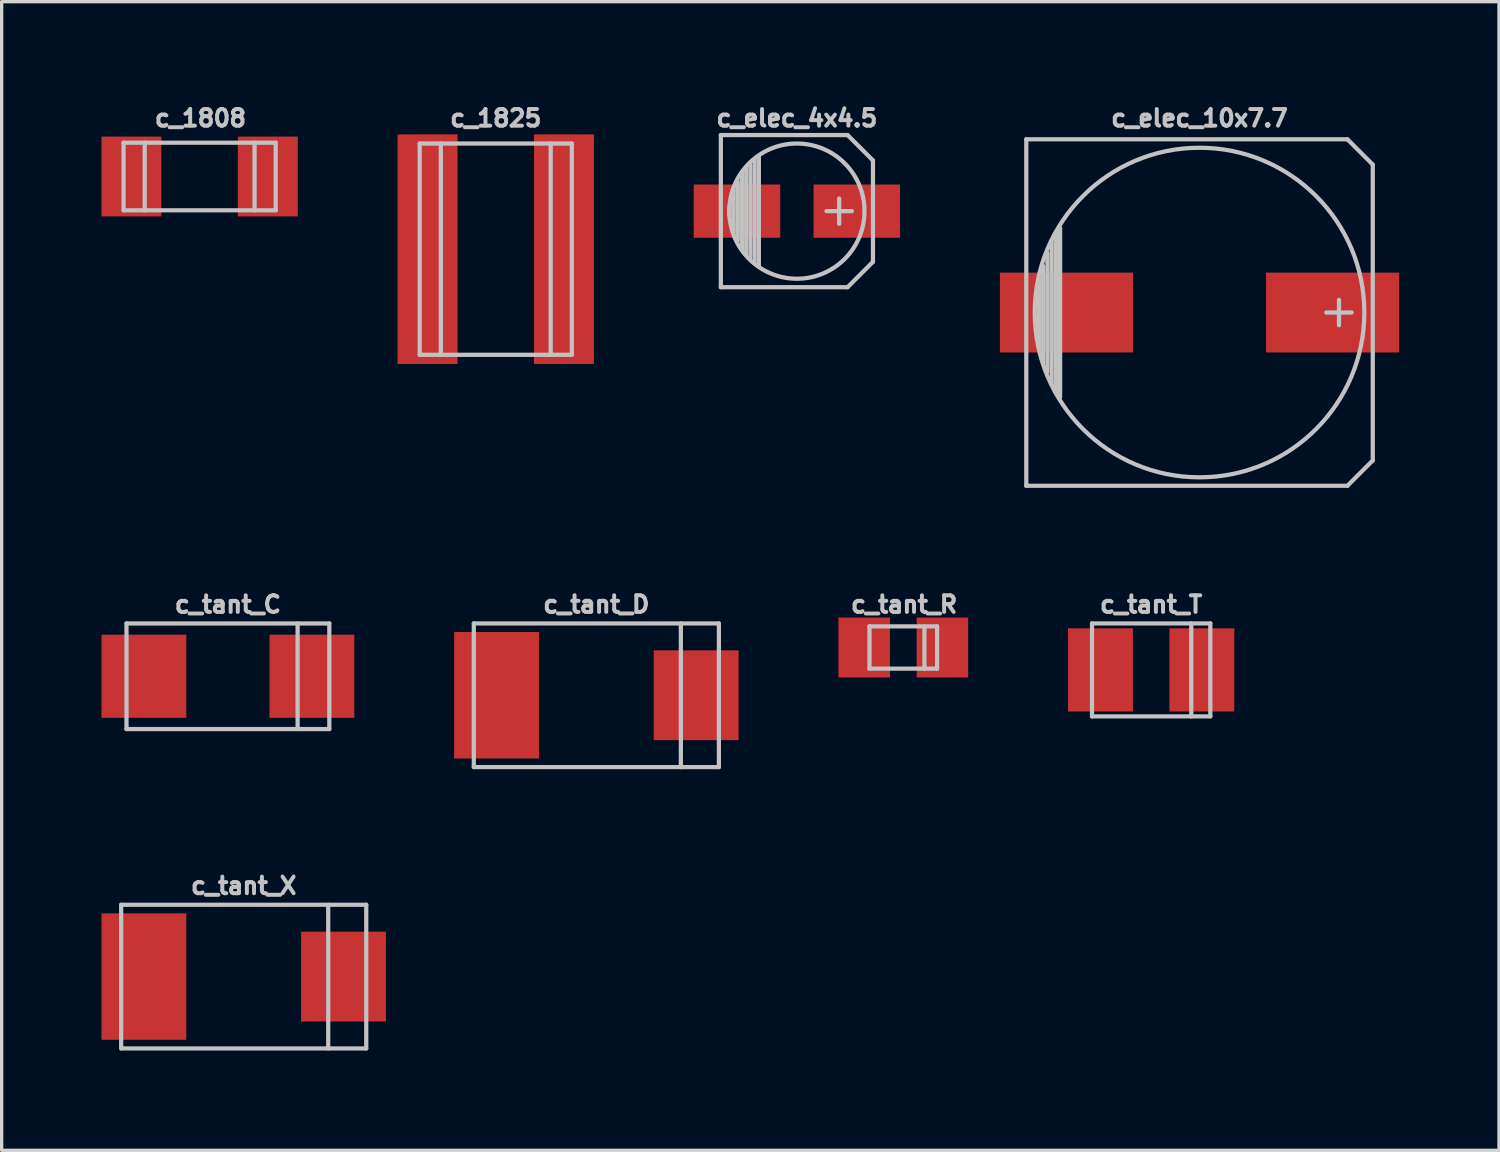
<source format=kicad_pcb>
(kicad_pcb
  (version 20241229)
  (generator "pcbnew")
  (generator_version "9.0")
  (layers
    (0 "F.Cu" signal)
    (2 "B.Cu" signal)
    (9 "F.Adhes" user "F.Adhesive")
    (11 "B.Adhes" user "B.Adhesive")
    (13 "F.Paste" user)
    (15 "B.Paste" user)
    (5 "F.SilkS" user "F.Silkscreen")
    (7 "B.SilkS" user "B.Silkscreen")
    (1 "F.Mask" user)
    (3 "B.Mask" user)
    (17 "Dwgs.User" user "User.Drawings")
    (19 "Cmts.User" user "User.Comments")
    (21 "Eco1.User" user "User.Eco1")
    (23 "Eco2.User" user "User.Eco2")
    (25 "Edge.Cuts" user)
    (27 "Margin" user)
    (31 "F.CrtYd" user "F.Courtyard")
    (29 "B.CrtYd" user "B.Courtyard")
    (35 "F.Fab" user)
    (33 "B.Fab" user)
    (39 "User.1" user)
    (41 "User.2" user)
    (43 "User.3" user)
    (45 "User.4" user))
  (footprint "c_1825"
    (layer "F.Cu")
    (at 11.851 4.439)
    (property "Reference" "c_1825" (at 0 -3.937 0) (layer "Dwgs.User") (effects (font (size 0.5 0.5) (thickness 0.119))))
    (attr through_hole)
    (fp_line (start -2.286 -3.175) (end -2.286 3.175) (stroke (width 0.127) (type solid)) (layer "Dwgs.User"))
    (fp_line (start -2.286 3.175) (end 2.286 3.175) (stroke (width 0.127) (type solid)) (layer "Dwgs.User"))
    (fp_line (start -1.651 -3.175) (end -1.651 3.175) (stroke (width 0.127) (type solid)) (layer "Dwgs.User"))
    (fp_line (start 1.651 -3.175) (end 1.651 3.175) (stroke (width 0.127) (type solid)) (layer "Dwgs.User"))
    (fp_line (start 2.286 -3.175) (end -2.286 -3.175) (stroke (width 0.127) (type solid)) (layer "Dwgs.User"))
    (fp_line (start 2.286 3.175) (end 2.286 -3.175) (stroke (width 0.127) (type solid)) (layer "Dwgs.User"))
    (pad "1" smd rect (at 2.05 0) (size 1.801 6.901) (layers "F.Cu" "F.Mask" "F.Paste"))
    (pad "2" smd rect (at -2.05 0) (size 1.801 6.901) (layers "F.Cu" "F.Mask" "F.Paste")))
  (footprint "c_tant_T"
    (layer "F.Cu")
    (at 31.55 17.085)
    (property "Reference" "c_tant_T" (at 0 -1.968 0) (layer "Dwgs.User") (effects (font (size 0.5 0.5) (thickness 0.119))))
    (attr through_hole)
    (fp_line (start -1.778 -1.397) (end -1.778 1.397) (stroke (width 0.127) (type solid)) (layer "Dwgs.User"))
    (fp_line (start -1.778 1.397) (end 1.778 1.397) (stroke (width 0.127) (type solid)) (layer "Dwgs.User"))
    (fp_line (start 1.206 -1.397) (end 1.206 1.397) (stroke (width 0.127) (type solid)) (layer "Dwgs.User"))
    (fp_line (start 1.778 -1.397) (end -1.778 -1.397) (stroke (width 0.127) (type solid)) (layer "Dwgs.User"))
    (fp_line (start 1.778 1.397) (end 1.778 -1.397) (stroke (width 0.127) (type solid)) (layer "Dwgs.User"))
    (pad "1" smd rect (at -1.524 0) (size 1.951 2.499) (layers "F.Cu" "F.Mask" "F.Paste"))
    (pad "2" smd rect (at 1.524 0) (size 1.951 2.499) (layers "F.Cu" "F.Mask" "F.Paste")))
  (footprint "c_tant_X"
    (layer "F.Cu")
    (at 4.275 26.303)
    (property "Reference" "c_tant_X" (at 0 -2.731 0) (layer "Dwgs.User") (effects (font (size 0.5 0.5) (thickness 0.119))))
    (attr through_hole)
    (fp_line (start -3.683 -2.159) (end -3.683 2.159) (stroke (width 0.127) (type solid)) (layer "Dwgs.User"))
    (fp_line (start -3.683 2.159) (end 3.683 2.159) (stroke (width 0.127) (type solid)) (layer "Dwgs.User"))
    (fp_line (start 2.54 -2.159) (end 2.54 2.159) (stroke (width 0.127) (type solid)) (layer "Dwgs.User"))
    (fp_line (start 3.683 -2.159) (end -3.683 -2.159) (stroke (width 0.127) (type solid)) (layer "Dwgs.User"))
    (fp_line (start 3.683 2.159) (end 3.683 -2.159) (stroke (width 0.127) (type solid)) (layer "Dwgs.User"))
    (pad "1" smd rect (at -3 0) (size 2.55 3.8) (layers "F.Cu" "F.Mask" "F.Paste"))
    (pad "2" smd rect (at 3 0) (size 2.55 2.7) (layers "F.Cu" "F.Mask" "F.Paste")))
  (footprint "c_tant_R"
    (layer "F.Cu")
    (at 24.1 16.412)
    (property "Reference" "c_tant_R" (at 0.025 -1.295 0) (layer "Dwgs.User") (effects (font (size 0.5 0.5) (thickness 0.119))))
    (attr through_hole)
    (fp_line (start -1.016 -0.635) (end -1.016 0.635) (stroke (width 0.127) (type solid)) (layer "Dwgs.User"))
    (fp_line (start -1.016 0.635) (end 1.016 0.635) (stroke (width 0.127) (type solid)) (layer "Dwgs.User"))
    (fp_line (start 0.635 -0.635) (end 0.635 0.635) (stroke (width 0.127) (type solid)) (layer "Dwgs.User"))
    (fp_line (start 1.016 -0.635) (end -1.016 -0.635) (stroke (width 0.127) (type solid)) (layer "Dwgs.User"))
    (fp_line (start 1.016 0.635) (end 1.016 -0.635) (stroke (width 0.127) (type solid)) (layer "Dwgs.User"))
    (pad "1" smd rect (at -1.176 0) (size 1.549 1.801) (layers "F.Cu" "F.Mask" "F.Paste"))
    (pad "2" smd rect (at 1.176 0) (size 1.549 1.801) (layers "F.Cu" "F.Mask" "F.Paste")))
  (footprint "c_1808"
    (layer "F.Cu")
    (at 2.95 2.255)
    (property "Reference" "c_1808" (at 0.025 -1.753 0) (layer "Dwgs.User") (effects (font (size 0.5 0.5) (thickness 0.119))))
    (attr through_hole)
    (fp_line (start -2.286 -1.016) (end -2.286 1.016) (stroke (width 0.127) (type solid)) (layer "Dwgs.User"))
    (fp_line (start -2.286 1.016) (end 2.286 1.016) (stroke (width 0.127) (type solid)) (layer "Dwgs.User"))
    (fp_line (start -1.651 -1.016) (end -1.651 1.016) (stroke (width 0.127) (type solid)) (layer "Dwgs.User"))
    (fp_line (start 1.651 -1.016) (end 1.651 1.016) (stroke (width 0.127) (type solid)) (layer "Dwgs.User"))
    (fp_line (start 2.286 -1.016) (end -2.286 -1.016) (stroke (width 0.127) (type solid)) (layer "Dwgs.User"))
    (fp_line (start 2.286 1.016) (end 2.286 -1.016) (stroke (width 0.127) (type solid)) (layer "Dwgs.User"))
    (pad "1" smd rect (at 2.05 0) (size 1.801 2.4) (layers "F.Cu" "F.Mask" "F.Paste"))
    (pad "2" smd rect (at -2.05 0) (size 1.801 2.4) (layers "F.Cu" "F.Mask" "F.Paste")))
  (footprint "c_elec_4x4.5"
    (layer "F.Cu")
    (at 20.902 3.296)
    (property "Reference" "c_elec_4x4.5" (at 0 -2.794 0) (layer "Dwgs.User") (effects (font (size 0.5 0.5) (thickness 0.119))))
    (attr through_hole)
    (fp_line (start -2.286 -2.286) (end -2.286 2.286) (stroke (width 0.127) (type solid)) (layer "Dwgs.User"))
    (fp_line (start -2.032 0.127) (end -2.032 -0.127) (stroke (width 0.127) (type solid)) (layer "Dwgs.User"))
    (fp_line (start -1.905 -0.635) (end -1.905 0.635) (stroke (width 0.127) (type solid)) (layer "Dwgs.User"))
    (fp_line (start -1.778 0.889) (end -1.778 -0.889) (stroke (width 0.127) (type solid)) (layer "Dwgs.User"))
    (fp_line (start -1.651 1.143) (end -1.651 -1.143) (stroke (width 0.127) (type solid)) (layer "Dwgs.User"))
    (fp_line (start -1.524 -1.27) (end -1.524 1.27) (stroke (width 0.127) (type solid)) (layer "Dwgs.User"))
    (fp_line (start -1.397 1.397) (end -1.397 -1.397) (stroke (width 0.127) (type solid)) (layer "Dwgs.User"))
    (fp_line (start -1.27 -1.524) (end -1.27 1.524) (stroke (width 0.127) (type solid)) (layer "Dwgs.User"))
    (fp_line (start -1.143 -1.651) (end -1.143 1.651) (stroke (width 0.127) (type solid)) (layer "Dwgs.User"))
    (fp_line (start 1.27 -0.381) (end 1.27 0.381) (stroke (width 0.127) (type solid)) (layer "Dwgs.User"))
    (fp_line (start 1.524 -2.286) (end -2.286 -2.286) (stroke (width 0.127) (type solid)) (layer "Dwgs.User"))
    (fp_line (start 1.524 -2.286) (end 2.286 -1.524) (stroke (width 0.127) (type solid)) (layer "Dwgs.User"))
    (fp_line (start 1.524 2.286) (end -2.286 2.286) (stroke (width 0.127) (type solid)) (layer "Dwgs.User"))
    (fp_line (start 1.524 2.286) (end 2.286 1.524) (stroke (width 0.127) (type solid)) (layer "Dwgs.User"))
    (fp_line (start 1.651 0) (end 0.889 0) (stroke (width 0.127) (type solid)) (layer "Dwgs.User"))
    (fp_line (start 2.286 -1.524) (end 2.286 1.524) (stroke (width 0.127) (type solid)) (layer "Dwgs.User"))
    (fp_circle (center 0 0) (end -2.032 0) (stroke (width 0.127) (type solid)) (fill no) (layer "Dwgs.User"))
    (pad "1" smd rect (at 1.801 0) (size 2.601 1.6) (layers "F.Cu" "F.Mask" "F.Paste"))
    (pad "2" smd rect (at -1.801 0) (size 2.601 1.6) (layers "F.Cu" "F.Mask" "F.Paste")))
  (footprint "c_tant_C"
    (layer "F.Cu")
    (at 3.8 17.276)
    (property "Reference" "c_tant_C" (at 0 -2.159 0) (layer "Dwgs.User") (effects (font (size 0.5 0.5) (thickness 0.119))))
    (attr through_hole)
    (fp_line (start -3.048 -1.587) (end -3.048 1.587) (stroke (width 0.127) (type solid)) (layer "Dwgs.User"))
    (fp_line (start -3.048 1.587) (end 3.048 1.587) (stroke (width 0.127) (type solid)) (layer "Dwgs.User"))
    (fp_line (start 2.095 -1.587) (end 2.095 1.587) (stroke (width 0.127) (type solid)) (layer "Dwgs.User"))
    (fp_line (start 3.048 -1.587) (end -3.048 -1.587) (stroke (width 0.127) (type solid)) (layer "Dwgs.User"))
    (fp_line (start 3.048 1.587) (end 3.048 -1.587) (stroke (width 0.127) (type solid)) (layer "Dwgs.User"))
    (pad "1" smd rect (at -2.525 0) (size 2.55 2.499) (layers "F.Cu" "F.Mask" "F.Paste"))
    (pad "2" smd rect (at 2.525 0) (size 2.55 2.499) (layers "F.Cu" "F.Mask" "F.Paste")))
  (footprint "c_tant_D"
    (layer "F.Cu")
    (at 14.874 17.847)
    (property "Reference" "c_tant_D" (at 0 -2.731 0) (layer "Dwgs.User") (effects (font (size 0.5 0.5) (thickness 0.119))))
    (attr through_hole)
    (fp_line (start -3.683 -2.159) (end -3.683 2.159) (stroke (width 0.127) (type solid)) (layer "Dwgs.User"))
    (fp_line (start -3.683 2.159) (end 3.683 2.159) (stroke (width 0.127) (type solid)) (layer "Dwgs.User"))
    (fp_line (start 2.54 -2.159) (end 2.54 2.159) (stroke (width 0.127) (type solid)) (layer "Dwgs.User"))
    (fp_line (start 3.683 -2.159) (end -3.683 -2.159) (stroke (width 0.127) (type solid)) (layer "Dwgs.User"))
    (fp_line (start 3.683 2.159) (end 3.683 -2.159) (stroke (width 0.127) (type solid)) (layer "Dwgs.User"))
    (pad "1" smd rect (at -3 0) (size 2.55 3.8) (layers "F.Cu" "F.Mask" "F.Paste"))
    (pad "2" smd rect (at 3 0) (size 2.55 2.7) (layers "F.Cu" "F.Mask" "F.Paste")))
  (footprint "c_elec_10x7.7"
    (layer "F.Cu")
    (at 33.004 6.344)
    (property "Reference" "c_elec_10x7.7" (at 0 -5.842 0) (layer "Dwgs.User") (effects (font (size 0.5 0.5) (thickness 0.119))))
    (attr through_hole)
    (fp_line (start -5.207 -5.207) (end -5.207 5.207) (stroke (width 0.127) (type solid)) (layer "Dwgs.User"))
    (fp_line (start -5.207 5.207) (end 4.445 5.207) (stroke (width 0.127) (type solid)) (layer "Dwgs.User"))
    (fp_line (start -4.826 1.016) (end -4.826 -1.016) (stroke (width 0.127) (type solid)) (layer "Dwgs.User"))
    (fp_line (start -4.699 -1.397) (end -4.699 1.524) (stroke (width 0.127) (type solid)) (layer "Dwgs.User"))
    (fp_line (start -4.572 1.778) (end -4.572 -1.778) (stroke (width 0.127) (type solid)) (layer "Dwgs.User"))
    (fp_line (start -4.445 -2.159) (end -4.445 2.159) (stroke (width 0.127) (type solid)) (layer "Dwgs.User"))
    (fp_line (start -4.318 2.413) (end -4.318 -2.413) (stroke (width 0.127) (type solid)) (layer "Dwgs.User"))
    (fp_line (start -4.191 -2.54) (end -4.191 2.54) (stroke (width 0.127) (type solid)) (layer "Dwgs.User"))
    (fp_line (start 4.191 -0.381) (end 4.191 0.381) (stroke (width 0.127) (type solid)) (layer "Dwgs.User"))
    (fp_line (start 4.445 -5.207) (end -5.207 -5.207) (stroke (width 0.127) (type solid)) (layer "Dwgs.User"))
    (fp_line (start 4.445 5.207) (end 5.207 4.445) (stroke (width 0.127) (type solid)) (layer "Dwgs.User"))
    (fp_line (start 4.572 0) (end 3.81 0) (stroke (width 0.127) (type solid)) (layer "Dwgs.User"))
    (fp_line (start 5.207 -4.445) (end 4.445 -5.207) (stroke (width 0.127) (type solid)) (layer "Dwgs.User"))
    (fp_line (start 5.207 4.445) (end 5.207 -4.445) (stroke (width 0.127) (type solid)) (layer "Dwgs.User"))
    (fp_circle (center 0 0) (end 4.953 0) (stroke (width 0.127) (type solid)) (fill no) (layer "Dwgs.User"))
    (pad "1" smd rect (at 4 0) (size 4 2.4) (layers "F.Cu" "F.Mask" "F.Paste"))
    (pad "2" smd rect (at -4 0) (size 4 2.4) (layers "F.Cu" "F.Mask" "F.Paste")))
  (gr_rect
    (start -3 -3)
    (end 42.005 31.525)
    (stroke (width 0.1) (type default))
    (fill no)
    (layer "Edge.Cuts")))
</source>
